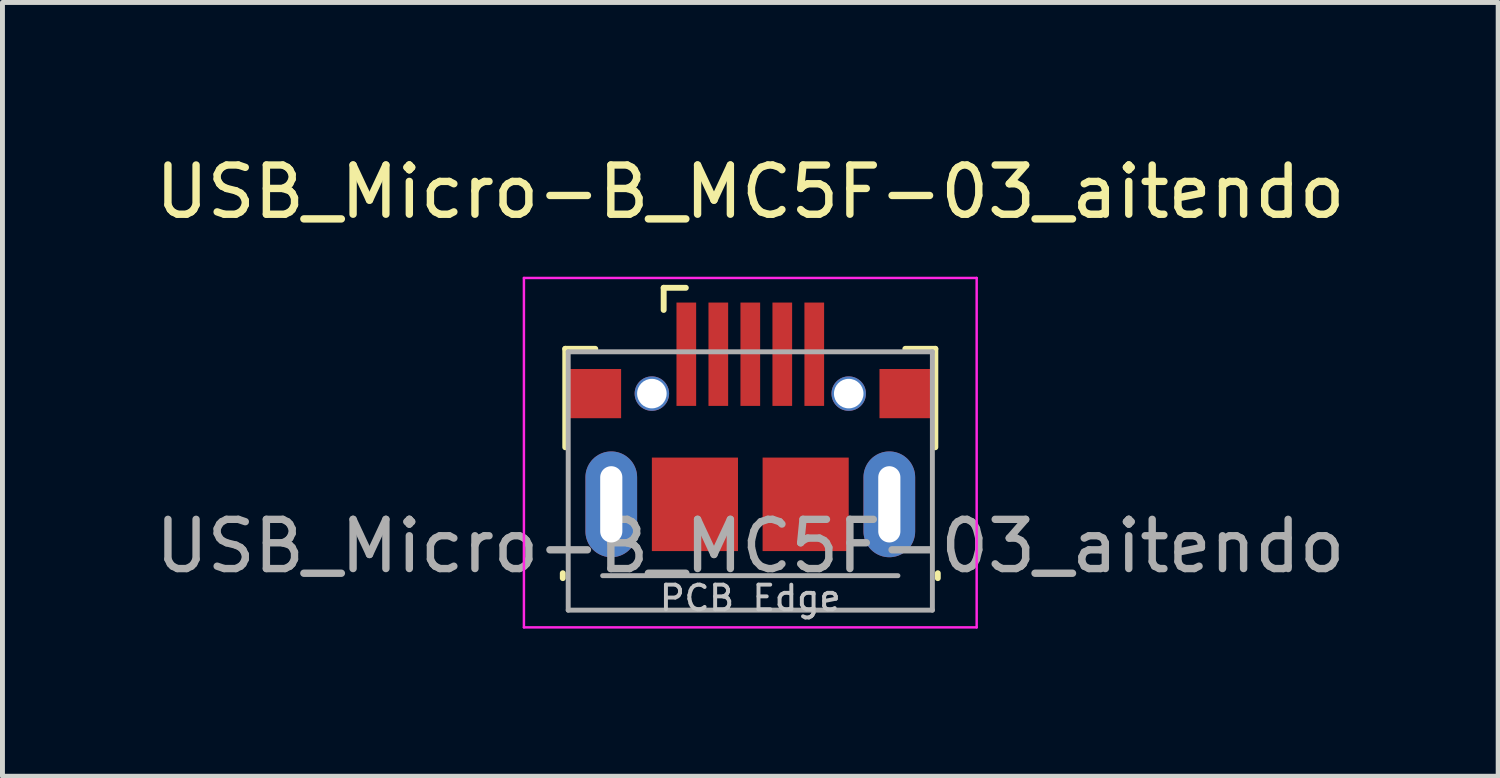
<source format=kicad_pcb>
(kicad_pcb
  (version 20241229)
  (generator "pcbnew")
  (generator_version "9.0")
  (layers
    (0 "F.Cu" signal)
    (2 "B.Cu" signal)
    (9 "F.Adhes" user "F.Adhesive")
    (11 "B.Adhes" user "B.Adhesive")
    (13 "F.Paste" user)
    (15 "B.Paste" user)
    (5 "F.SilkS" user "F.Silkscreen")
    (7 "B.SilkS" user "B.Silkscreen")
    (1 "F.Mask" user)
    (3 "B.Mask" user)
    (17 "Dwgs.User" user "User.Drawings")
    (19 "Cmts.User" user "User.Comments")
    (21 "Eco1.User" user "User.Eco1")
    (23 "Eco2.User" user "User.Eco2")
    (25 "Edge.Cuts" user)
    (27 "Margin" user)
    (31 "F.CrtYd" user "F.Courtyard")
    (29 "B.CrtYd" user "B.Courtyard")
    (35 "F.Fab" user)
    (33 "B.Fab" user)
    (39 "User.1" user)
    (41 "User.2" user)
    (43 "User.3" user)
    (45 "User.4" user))
  (footprint "USB_Micro-B_MC5F-03_aitendo"
    (layer "F.Cu")
    (at 12.196 7.198)
    (property "Reference" "USB_Micro-B_MC5F-03_aitendo" (at 0 -6.35 0) (layer "F.SilkS") (effects (font (size 1 1) (thickness 0.15))))
    (attr smd)
    (fp_line (start -3.81 1.4) (end -3.81 1.5) (stroke (width 0.12) (type solid)) (layer "F.SilkS"))
    (fp_line (start -3.76 -3.16) (end -3.76 -1.16) (stroke (width 0.12) (type solid)) (layer "F.SilkS"))
    (fp_line (start -3.76 -3.16) (end -3.15 -3.16) (stroke (width 0.12) (type solid)) (layer "F.SilkS"))
    (fp_line (start -1.76 -4.4) (end -1.76 -3.95) (stroke (width 0.12) (type solid)) (layer "F.SilkS"))
    (fp_line (start -1.76 -4.4) (end -1.31 -4.4) (stroke (width 0.12) (type solid)) (layer "F.SilkS"))
    (fp_line (start 3.76 -3.16) (end 3.15 -3.16) (stroke (width 0.12) (type solid)) (layer "F.SilkS"))
    (fp_line (start 3.76 -3.16) (end 3.76 -1.16) (stroke (width 0.12) (type solid)) (layer "F.SilkS"))
    (fp_line (start 3.81 1.4) (end 3.81 1.5) (stroke (width 0.12) (type solid)) (layer "F.SilkS"))
    (fp_line (start -4.6 -4.6) (end 4.6 -4.6) (stroke (width 0.05) (type solid)) (layer "F.CrtYd"))
    (fp_line (start -4.6 2.5) (end -4.6 -4.6) (stroke (width 0.05) (type solid)) (layer "F.CrtYd"))
    (fp_line (start -4.6 2.5) (end 4.6 2.5) (stroke (width 0.05) (type solid)) (layer "F.CrtYd"))
    (fp_line (start 4.6 -4.6) (end 4.6 2.5) (stroke (width 0.05) (type solid)) (layer "F.CrtYd"))
    (fp_line (start -3.7 -3.1) (end 3.7 -3.1) (stroke (width 0.1) (type solid)) (layer "F.Fab"))
    (fp_line (start -3.7 2.15) (end -3.7 -3.1) (stroke (width 0.1) (type solid)) (layer "F.Fab"))
    (fp_line (start -3.7 2.15) (end 3.7 2.15) (stroke (width 0.1) (type solid)) (layer "F.Fab"))
    (fp_line (start -3 1.45) (end 3 1.45) (stroke (width 0.1) (type solid)) (layer "F.Fab"))
    (fp_line (start 3.7 2.15) (end 3.7 -3.1) (stroke (width 0.1) (type solid)) (layer "F.Fab"))
    (fp_text user "PCB Edge" (at 0 1.905 0) (layer "Dwgs.User") (effects (font (size 0.5 0.5) (thickness 0.08))))
    (fp_text user "${REFERENCE}" (at 0 0.85 0) (layer "F.Fab") (effects (font (size 1 1) (thickness 0.15))))
    (pad "" thru_hole oval (at -2.825 0 180) (size 1.05 2.15) (drill oval 0.45 1.55) (layers "*.Cu" "*.Mask"))
    (pad "" np_thru_hole circle (at -2 -2.25) (size 0.7 0.7) (drill 0.6) (layers "*.Cu" "*.Mask"))
    (pad "" smd rect (at -1.125 0) (size 1.75 1.9) (layers "F.Cu" "F.Mask" "F.Paste"))
    (pad "" smd rect (at 0.65 -3.05) (size 0.4 2.1) (layers "F.Cu" "F.Mask" "F.Paste"))
    (pad "" smd rect (at 1.125 0) (size 1.75 1.9) (layers "F.Cu" "F.Mask" "F.Paste"))
    (pad "" np_thru_hole circle (at 2 -2.25) (size 0.7 0.7) (drill 0.6) (layers "*.Cu" "*.Mask"))
    (pad "" thru_hole oval (at 2.825 0 180) (size 1.05 2.15) (drill oval 0.45 1.55) (layers "*.Cu" "*.Mask"))
    (pad "" smd rect (at 3.2 -2.25) (size 1.15 1) (layers "F.Cu" "F.Mask" "F.Paste"))
    (pad "5V" smd rect (at -1.3 -3.05) (size 0.4 2.1) (layers "F.Cu" "F.Mask" "F.Paste"))
    (pad "6" smd rect (at -3.2 -2.25) (size 1.15 1) (layers "F.Cu" "F.Mask" "F.Paste"))
    (pad "D+" smd rect (at 0 -3.05) (size 0.4 2.1) (layers "F.Cu" "F.Mask" "F.Paste"))
    (pad "D-" smd rect (at -0.65 -3.05) (size 0.4 2.1) (layers "F.Cu" "F.Mask" "F.Paste"))
    (pad "GND" smd rect (at 1.3 -3.05) (size 0.4 2.1) (layers "F.Cu" "F.Mask" "F.Paste")))
  (gr_rect
    (start -3 -3)
    (end 27.393 12.723)
    (stroke (width 0.1) (type default))
    (fill no)
    (layer "Edge.Cuts")))
</source>
